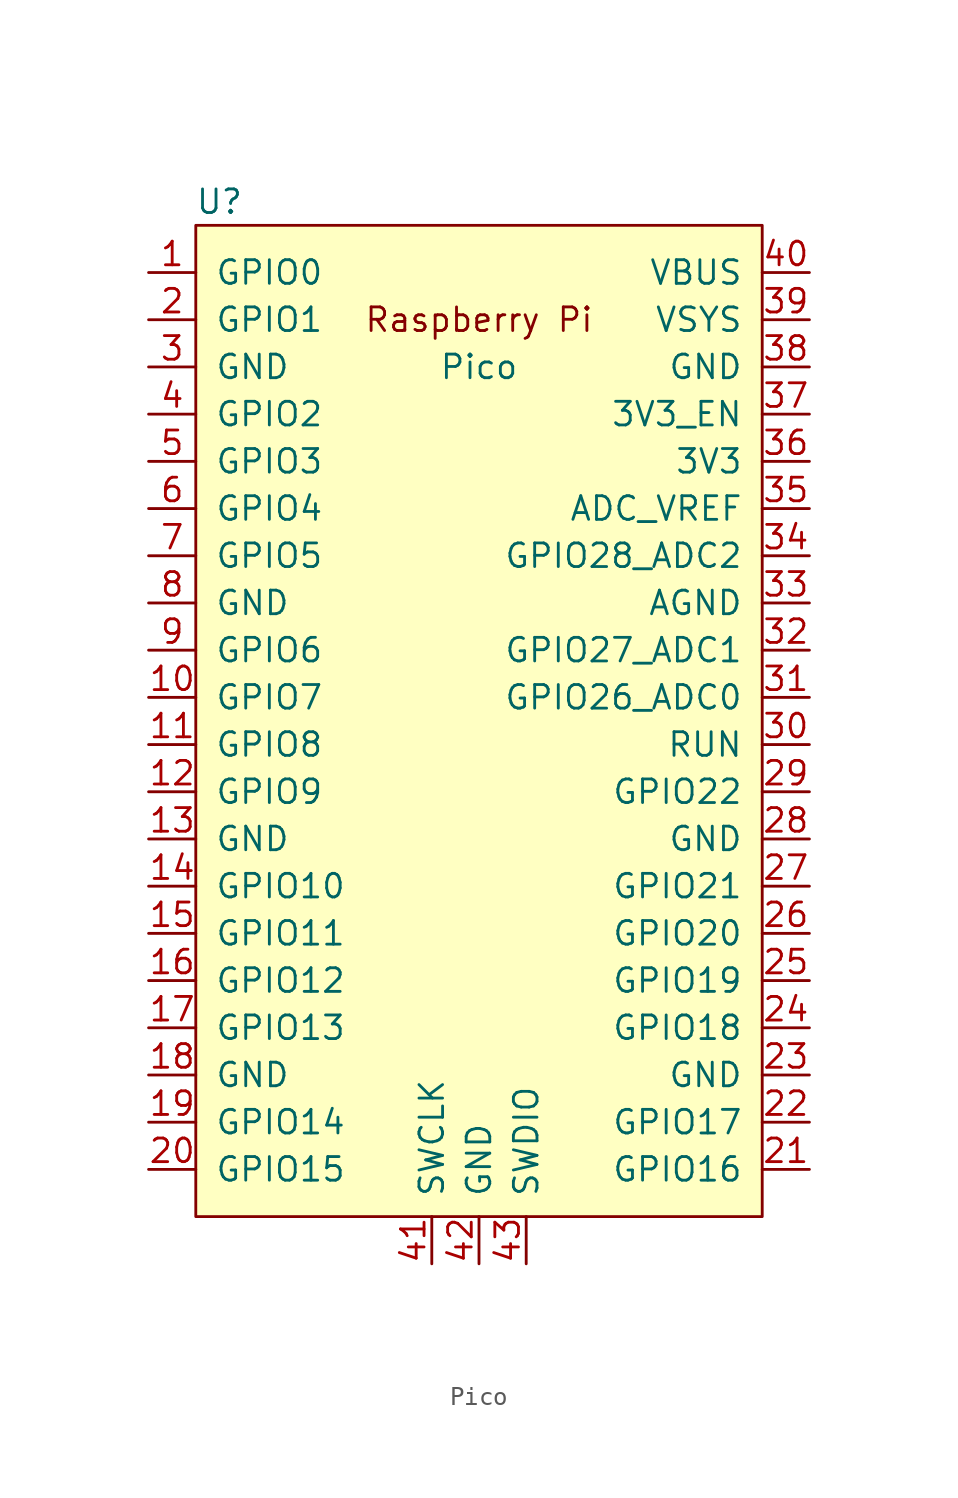
<source format=kicad_sym>
(kicad_symbol_lib
  (version 20220914)
  (generator kicad_symbol_editor)
  (symbol "Pico"
    (pin_names
      (offset 1.016))
    (property "Reference" "U"
      (at -13.97 27.94 0)
      (effects (font (size 1.27 1.27))))
    (property "Value" "Pico"
      (at 0 19.05 0)
      (effects (font (size 1.27 1.27))))
    (symbol "Pico_0_0"
      (text "Raspberry Pi" (at 0 21.59 0) (effects (font (size 1.27 1.27)))))
    (symbol "Pico_0_1"
      (rectangle (start -15.24 26.67) (end 15.24 -26.67) (stroke (width 0) (type solid)) (fill (type background))))
    (symbol "Pico_1_1"
      (pin bidirectional line (at -17.78 24.13 0) (length 2.54) (name "GPIO0" (effects (font (size 1.27 1.27)))) (number "1" (effects (font (size 1.27 1.27)))))
      (pin bidirectional line (at -17.78 1.27 0) (length 2.54) (name "GPIO7" (effects (font (size 1.27 1.27)))) (number "10" (effects (font (size 1.27 1.27)))))
      (pin bidirectional line (at -17.78 -1.27 0) (length 2.54) (name "GPIO8" (effects (font (size 1.27 1.27)))) (number "11" (effects (font (size 1.27 1.27)))))
      (pin bidirectional line (at -17.78 -3.81 0) (length 2.54) (name "GPIO9" (effects (font (size 1.27 1.27)))) (number "12" (effects (font (size 1.27 1.27)))))
      (pin power_in line (at -17.78 -6.35 0) (length 2.54) (name "GND" (effects (font (size 1.27 1.27)))) (number "13" (effects (font (size 1.27 1.27)))))
      (pin bidirectional line (at -17.78 -8.89 0) (length 2.54) (name "GPIO10" (effects (font (size 1.27 1.27)))) (number "14" (effects (font (size 1.27 1.27)))))
      (pin bidirectional line (at -17.78 -11.43 0) (length 2.54) (name "GPIO11" (effects (font (size 1.27 1.27)))) (number "15" (effects (font (size 1.27 1.27)))))
      (pin bidirectional line (at -17.78 -13.97 0) (length 2.54) (name "GPIO12" (effects (font (size 1.27 1.27)))) (number "16" (effects (font (size 1.27 1.27)))))
      (pin bidirectional line (at -17.78 -16.51 0) (length 2.54) (name "GPIO13" (effects (font (size 1.27 1.27)))) (number "17" (effects (font (size 1.27 1.27)))))
      (pin power_in line (at -17.78 -19.05 0) (length 2.54) (name "GND" (effects (font (size 1.27 1.27)))) (number "18" (effects (font (size 1.27 1.27)))))
      (pin bidirectional line (at -17.78 -21.59 0) (length 2.54) (name "GPIO14" (effects (font (size 1.27 1.27)))) (number "19" (effects (font (size 1.27 1.27)))))
      (pin bidirectional line (at -17.78 21.59 0) (length 2.54) (name "GPIO1" (effects (font (size 1.27 1.27)))) (number "2" (effects (font (size 1.27 1.27)))))
      (pin bidirectional line (at -17.78 -24.13 0) (length 2.54) (name "GPIO15" (effects (font (size 1.27 1.27)))) (number "20" (effects (font (size 1.27 1.27)))))
      (pin bidirectional line (at 17.78 -24.13 180) (length 2.54) (name "GPIO16" (effects (font (size 1.27 1.27)))) (number "21" (effects (font (size 1.27 1.27)))))
      (pin bidirectional line (at 17.78 -21.59 180) (length 2.54) (name "GPIO17" (effects (font (size 1.27 1.27)))) (number "22" (effects (font (size 1.27 1.27)))))
      (pin power_in line (at 17.78 -19.05 180) (length 2.54) (name "GND" (effects (font (size 1.27 1.27)))) (number "23" (effects (font (size 1.27 1.27)))))
      (pin bidirectional line (at 17.78 -16.51 180) (length 2.54) (name "GPIO18" (effects (font (size 1.27 1.27)))) (number "24" (effects (font (size 1.27 1.27)))))
      (pin bidirectional line (at 17.78 -13.97 180) (length 2.54) (name "GPIO19" (effects (font (size 1.27 1.27)))) (number "25" (effects (font (size 1.27 1.27)))))
      (pin bidirectional line (at 17.78 -11.43 180) (length 2.54) (name "GPIO20" (effects (font (size 1.27 1.27)))) (number "26" (effects (font (size 1.27 1.27)))))
      (pin bidirectional line (at 17.78 -8.89 180) (length 2.54) (name "GPIO21" (effects (font (size 1.27 1.27)))) (number "27" (effects (font (size 1.27 1.27)))))
      (pin power_in line (at 17.78 -6.35 180) (length 2.54) (name "GND" (effects (font (size 1.27 1.27)))) (number "28" (effects (font (size 1.27 1.27)))))
      (pin bidirectional line (at 17.78 -3.81 180) (length 2.54) (name "GPIO22" (effects (font (size 1.27 1.27)))) (number "29" (effects (font (size 1.27 1.27)))))
      (pin power_in line (at -17.78 19.05 0) (length 2.54) (name "GND" (effects (font (size 1.27 1.27)))) (number "3" (effects (font (size 1.27 1.27)))))
      (pin input line (at 17.78 -1.27 180) (length 2.54) (name "RUN" (effects (font (size 1.27 1.27)))) (number "30" (effects (font (size 1.27 1.27)))))
      (pin bidirectional line (at 17.78 1.27 180) (length 2.54) (name "GPIO26_ADC0" (effects (font (size 1.27 1.27)))) (number "31" (effects (font (size 1.27 1.27)))))
      (pin bidirectional line (at 17.78 3.81 180) (length 2.54) (name "GPIO27_ADC1" (effects (font (size 1.27 1.27)))) (number "32" (effects (font (size 1.27 1.27)))))
      (pin power_in line (at 17.78 6.35 180) (length 2.54) (name "AGND" (effects (font (size 1.27 1.27)))) (number "33" (effects (font (size 1.27 1.27)))))
      (pin bidirectional line (at 17.78 8.89 180) (length 2.54) (name "GPIO28_ADC2" (effects (font (size 1.27 1.27)))) (number "34" (effects (font (size 1.27 1.27)))))
      (pin passive line (at 17.78 11.43 180) (length 2.54) (name "ADC_VREF" (effects (font (size 1.27 1.27)))) (number "35" (effects (font (size 1.27 1.27)))))
      (pin power_out line (at 17.78 13.97 180) (length 2.54) (name "3V3" (effects (font (size 1.27 1.27)))) (number "36" (effects (font (size 1.27 1.27)))))
      (pin input line (at 17.78 16.51 180) (length 2.54) (name "3V3_EN" (effects (font (size 1.27 1.27)))) (number "37" (effects (font (size 1.27 1.27)))))
      (pin power_in line (at 17.78 19.05 180) (length 2.54) (name "GND" (effects (font (size 1.27 1.27)))) (number "38" (effects (font (size 1.27 1.27)))))
      (pin passive line (at 17.78 21.59 180) (length 2.54) (name "VSYS" (effects (font (size 1.27 1.27)))) (number "39" (effects (font (size 1.27 1.27)))))
      (pin bidirectional line (at -17.78 16.51 0) (length 2.54) (name "GPIO2" (effects (font (size 1.27 1.27)))) (number "4" (effects (font (size 1.27 1.27)))))
      (pin power_out line (at 17.78 24.13 180) (length 2.54) (name "VBUS" (effects (font (size 1.27 1.27)))) (number "40" (effects (font (size 1.27 1.27)))))
      (pin input line (at -2.54 -29.21 90) (length 2.54) (name "SWCLK" (effects (font (size 1.27 1.27)))) (number "41" (effects (font (size 1.27 1.27)))))
      (pin power_in line (at 0 -29.21 90) (length 2.54) (name "GND" (effects (font (size 1.27 1.27)))) (number "42" (effects (font (size 1.27 1.27)))))
      (pin bidirectional line (at 2.54 -29.21 90) (length 2.54) (name "SWDIO" (effects (font (size 1.27 1.27)))) (number "43" (effects (font (size 1.27 1.27)))))
      (pin bidirectional line (at -17.78 13.97 0) (length 2.54) (name "GPIO3" (effects (font (size 1.27 1.27)))) (number "5" (effects (font (size 1.27 1.27)))))
      (pin bidirectional line (at -17.78 11.43 0) (length 2.54) (name "GPIO4" (effects (font (size 1.27 1.27)))) (number "6" (effects (font (size 1.27 1.27)))))
      (pin bidirectional line (at -17.78 8.89 0) (length 2.54) (name "GPIO5" (effects (font (size 1.27 1.27)))) (number "7" (effects (font (size 1.27 1.27)))))
      (pin power_in line (at -17.78 6.35 0) (length 2.54) (name "GND" (effects (font (size 1.27 1.27)))) (number "8" (effects (font (size 1.27 1.27)))))
      (pin bidirectional line (at -17.78 3.81 0) (length 2.54) (name "GPIO6" (effects (font (size 1.27 1.27)))) (number "9" (effects (font (size 1.27 1.27))))))))
</source>
